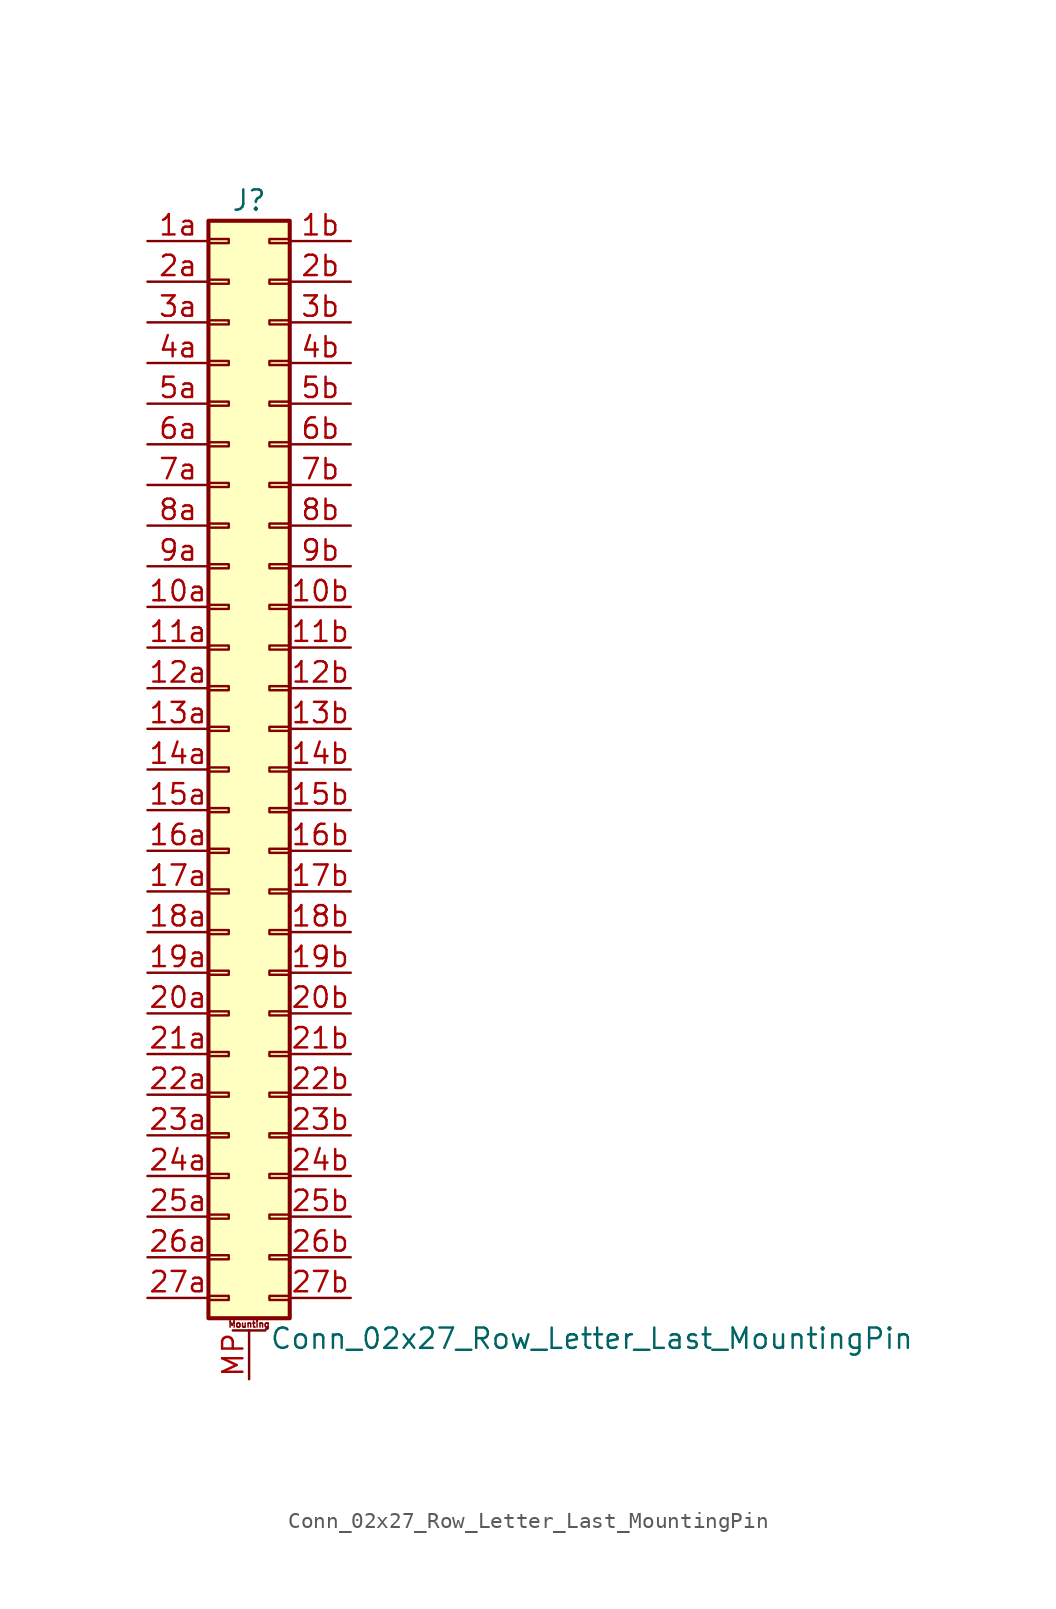
<source format=kicad_sym>
(kicad_symbol_lib
  (version 20220914)
  (generator kicad_symbol_editor)
  (symbol "Conn_02x27_Row_Letter_Last_MountingPin"
    (pin_names
      (offset 1.016) hide)
    (property "Reference" "J"
      (at 1.27 35.56 0)
      (effects (font (size 1.27 1.27))))
    (property "Value" "Conn_02x27_Row_Letter_Last_MountingPin"
      (at 2.54 -35.56 0)
      (effects (font (size 1.27 1.27)) (justify left)))
    (symbol "Conn_02x27_Row_Letter_Last_MountingPin_1_1"
      (rectangle (start -1.27 -32.893) (end 0 -33.147) (stroke (width 0.152) (type default)) (fill (type none)))
      (rectangle (start -1.27 -30.353) (end 0 -30.607) (stroke (width 0.152) (type default)) (fill (type none)))
      (rectangle (start -1.27 -27.813) (end 0 -28.067) (stroke (width 0.152) (type default)) (fill (type none)))
      (rectangle (start -1.27 -25.273) (end 0 -25.527) (stroke (width 0.152) (type default)) (fill (type none)))
      (rectangle (start -1.27 -22.733) (end 0 -22.987) (stroke (width 0.152) (type default)) (fill (type none)))
      (rectangle (start -1.27 -20.193) (end 0 -20.447) (stroke (width 0.152) (type default)) (fill (type none)))
      (rectangle (start -1.27 -17.653) (end 0 -17.907) (stroke (width 0.152) (type default)) (fill (type none)))
      (rectangle (start -1.27 -15.113) (end 0 -15.367) (stroke (width 0.152) (type default)) (fill (type none)))
      (rectangle (start -1.27 -12.573) (end 0 -12.827) (stroke (width 0.152) (type default)) (fill (type none)))
      (rectangle (start -1.27 -10.033) (end 0 -10.287) (stroke (width 0.152) (type default)) (fill (type none)))
      (rectangle (start -1.27 -7.493) (end 0 -7.747) (stroke (width 0.152) (type default)) (fill (type none)))
      (rectangle (start -1.27 -4.953) (end 0 -5.207) (stroke (width 0.152) (type default)) (fill (type none)))
      (rectangle (start -1.27 -2.413) (end 0 -2.667) (stroke (width 0.152) (type default)) (fill (type none)))
      (rectangle (start -1.27 0.127) (end 0 -0.127) (stroke (width 0.152) (type default)) (fill (type none)))
      (rectangle (start -1.27 2.667) (end 0 2.413) (stroke (width 0.152) (type default)) (fill (type none)))
      (rectangle (start -1.27 5.207) (end 0 4.953) (stroke (width 0.152) (type default)) (fill (type none)))
      (rectangle (start -1.27 7.747) (end 0 7.493) (stroke (width 0.152) (type default)) (fill (type none)))
      (rectangle (start -1.27 10.287) (end 0 10.033) (stroke (width 0.152) (type default)) (fill (type none)))
      (rectangle (start -1.27 12.827) (end 0 12.573) (stroke (width 0.152) (type default)) (fill (type none)))
      (rectangle (start -1.27 15.367) (end 0 15.113) (stroke (width 0.152) (type default)) (fill (type none)))
      (rectangle (start -1.27 17.907) (end 0 17.653) (stroke (width 0.152) (type default)) (fill (type none)))
      (rectangle (start -1.27 20.447) (end 0 20.193) (stroke (width 0.152) (type default)) (fill (type none)))
      (rectangle (start -1.27 22.987) (end 0 22.733) (stroke (width 0.152) (type default)) (fill (type none)))
      (rectangle (start -1.27 25.527) (end 0 25.273) (stroke (width 0.152) (type default)) (fill (type none)))
      (rectangle (start -1.27 28.067) (end 0 27.813) (stroke (width 0.152) (type default)) (fill (type none)))
      (rectangle (start -1.27 30.607) (end 0 30.353) (stroke (width 0.152) (type default)) (fill (type none)))
      (rectangle (start -1.27 33.147) (end 0 32.893) (stroke (width 0.152) (type default)) (fill (type none)))
      (rectangle (start -1.27 34.29) (end 3.81 -34.29) (stroke (width 0.254) (type default)) (fill (type background)))
      (polyline (pts (xy 0.254 -35.052) (xy 2.286 -35.052)) (stroke (width 0.152) (type default)) (fill (type none)))
      (rectangle (start 3.81 -32.893) (end 2.54 -33.147) (stroke (width 0.152) (type default)) (fill (type none)))
      (rectangle (start 3.81 -30.353) (end 2.54 -30.607) (stroke (width 0.152) (type default)) (fill (type none)))
      (rectangle (start 3.81 -27.813) (end 2.54 -28.067) (stroke (width 0.152) (type default)) (fill (type none)))
      (rectangle (start 3.81 -25.273) (end 2.54 -25.527) (stroke (width 0.152) (type default)) (fill (type none)))
      (rectangle (start 3.81 -22.733) (end 2.54 -22.987) (stroke (width 0.152) (type default)) (fill (type none)))
      (rectangle (start 3.81 -20.193) (end 2.54 -20.447) (stroke (width 0.152) (type default)) (fill (type none)))
      (rectangle (start 3.81 -17.653) (end 2.54 -17.907) (stroke (width 0.152) (type default)) (fill (type none)))
      (rectangle (start 3.81 -15.113) (end 2.54 -15.367) (stroke (width 0.152) (type default)) (fill (type none)))
      (rectangle (start 3.81 -12.573) (end 2.54 -12.827) (stroke (width 0.152) (type default)) (fill (type none)))
      (rectangle (start 3.81 -10.033) (end 2.54 -10.287) (stroke (width 0.152) (type default)) (fill (type none)))
      (rectangle (start 3.81 -7.493) (end 2.54 -7.747) (stroke (width 0.152) (type default)) (fill (type none)))
      (rectangle (start 3.81 -4.953) (end 2.54 -5.207) (stroke (width 0.152) (type default)) (fill (type none)))
      (rectangle (start 3.81 -2.413) (end 2.54 -2.667) (stroke (width 0.152) (type default)) (fill (type none)))
      (rectangle (start 3.81 0.127) (end 2.54 -0.127) (stroke (width 0.152) (type default)) (fill (type none)))
      (rectangle (start 3.81 2.667) (end 2.54 2.413) (stroke (width 0.152) (type default)) (fill (type none)))
      (rectangle (start 3.81 5.207) (end 2.54 4.953) (stroke (width 0.152) (type default)) (fill (type none)))
      (rectangle (start 3.81 7.747) (end 2.54 7.493) (stroke (width 0.152) (type default)) (fill (type none)))
      (rectangle (start 3.81 10.287) (end 2.54 10.033) (stroke (width 0.152) (type default)) (fill (type none)))
      (rectangle (start 3.81 12.827) (end 2.54 12.573) (stroke (width 0.152) (type default)) (fill (type none)))
      (rectangle (start 3.81 15.367) (end 2.54 15.113) (stroke (width 0.152) (type default)) (fill (type none)))
      (rectangle (start 3.81 17.907) (end 2.54 17.653) (stroke (width 0.152) (type default)) (fill (type none)))
      (rectangle (start 3.81 20.447) (end 2.54 20.193) (stroke (width 0.152) (type default)) (fill (type none)))
      (rectangle (start 3.81 22.987) (end 2.54 22.733) (stroke (width 0.152) (type default)) (fill (type none)))
      (rectangle (start 3.81 25.527) (end 2.54 25.273) (stroke (width 0.152) (type default)) (fill (type none)))
      (rectangle (start 3.81 28.067) (end 2.54 27.813) (stroke (width 0.152) (type default)) (fill (type none)))
      (rectangle (start 3.81 30.607) (end 2.54 30.353) (stroke (width 0.152) (type default)) (fill (type none)))
      (rectangle (start 3.81 33.147) (end 2.54 32.893) (stroke (width 0.152) (type default)) (fill (type none)))
      (text "Mounting" (at 1.27 -34.671 0) (effects (font (size 0.381 0.381))))
      (pin passive line (at -5.08 10.16 0) (length 3.81) (name "Pin_10a" (effects (font (size 1.27 1.27)))) (number "10a" (effects (font (size 1.27 1.27)))))
      (pin passive line (at 7.62 10.16 180) (length 3.81) (name "Pin_10b" (effects (font (size 1.27 1.27)))) (number "10b" (effects (font (size 1.27 1.27)))))
      (pin passive line (at -5.08 7.62 0) (length 3.81) (name "Pin_11a" (effects (font (size 1.27 1.27)))) (number "11a" (effects (font (size 1.27 1.27)))))
      (pin passive line (at 7.62 7.62 180) (length 3.81) (name "Pin_11b" (effects (font (size 1.27 1.27)))) (number "11b" (effects (font (size 1.27 1.27)))))
      (pin passive line (at -5.08 5.08 0) (length 3.81) (name "Pin_12a" (effects (font (size 1.27 1.27)))) (number "12a" (effects (font (size 1.27 1.27)))))
      (pin passive line (at 7.62 5.08 180) (length 3.81) (name "Pin_12b" (effects (font (size 1.27 1.27)))) (number "12b" (effects (font (size 1.27 1.27)))))
      (pin passive line (at -5.08 2.54 0) (length 3.81) (name "Pin_13a" (effects (font (size 1.27 1.27)))) (number "13a" (effects (font (size 1.27 1.27)))))
      (pin passive line (at 7.62 2.54 180) (length 3.81) (name "Pin_13b" (effects (font (size 1.27 1.27)))) (number "13b" (effects (font (size 1.27 1.27)))))
      (pin passive line (at -5.08 0 0) (length 3.81) (name "Pin_14a" (effects (font (size 1.27 1.27)))) (number "14a" (effects (font (size 1.27 1.27)))))
      (pin passive line (at 7.62 0 180) (length 3.81) (name "Pin_14b" (effects (font (size 1.27 1.27)))) (number "14b" (effects (font (size 1.27 1.27)))))
      (pin passive line (at -5.08 -2.54 0) (length 3.81) (name "Pin_15a" (effects (font (size 1.27 1.27)))) (number "15a" (effects (font (size 1.27 1.27)))))
      (pin passive line (at 7.62 -2.54 180) (length 3.81) (name "Pin_15b" (effects (font (size 1.27 1.27)))) (number "15b" (effects (font (size 1.27 1.27)))))
      (pin passive line (at -5.08 -5.08 0) (length 3.81) (name "Pin_16a" (effects (font (size 1.27 1.27)))) (number "16a" (effects (font (size 1.27 1.27)))))
      (pin passive line (at 7.62 -5.08 180) (length 3.81) (name "Pin_16b" (effects (font (size 1.27 1.27)))) (number "16b" (effects (font (size 1.27 1.27)))))
      (pin passive line (at -5.08 -7.62 0) (length 3.81) (name "Pin_17a" (effects (font (size 1.27 1.27)))) (number "17a" (effects (font (size 1.27 1.27)))))
      (pin passive line (at 7.62 -7.62 180) (length 3.81) (name "Pin_17b" (effects (font (size 1.27 1.27)))) (number "17b" (effects (font (size 1.27 1.27)))))
      (pin passive line (at -5.08 -10.16 0) (length 3.81) (name "Pin_18a" (effects (font (size 1.27 1.27)))) (number "18a" (effects (font (size 1.27 1.27)))))
      (pin passive line (at 7.62 -10.16 180) (length 3.81) (name "Pin_18b" (effects (font (size 1.27 1.27)))) (number "18b" (effects (font (size 1.27 1.27)))))
      (pin passive line (at -5.08 -12.7 0) (length 3.81) (name "Pin_19a" (effects (font (size 1.27 1.27)))) (number "19a" (effects (font (size 1.27 1.27)))))
      (pin passive line (at 7.62 -12.7 180) (length 3.81) (name "Pin_19b" (effects (font (size 1.27 1.27)))) (number "19b" (effects (font (size 1.27 1.27)))))
      (pin passive line (at -5.08 33.02 0) (length 3.81) (name "Pin_1a" (effects (font (size 1.27 1.27)))) (number "1a" (effects (font (size 1.27 1.27)))))
      (pin passive line (at 7.62 33.02 180) (length 3.81) (name "Pin_1b" (effects (font (size 1.27 1.27)))) (number "1b" (effects (font (size 1.27 1.27)))))
      (pin passive line (at -5.08 -15.24 0) (length 3.81) (name "Pin_20a" (effects (font (size 1.27 1.27)))) (number "20a" (effects (font (size 1.27 1.27)))))
      (pin passive line (at 7.62 -15.24 180) (length 3.81) (name "Pin_20b" (effects (font (size 1.27 1.27)))) (number "20b" (effects (font (size 1.27 1.27)))))
      (pin passive line (at -5.08 -17.78 0) (length 3.81) (name "Pin_21a" (effects (font (size 1.27 1.27)))) (number "21a" (effects (font (size 1.27 1.27)))))
      (pin passive line (at 7.62 -17.78 180) (length 3.81) (name "Pin_21b" (effects (font (size 1.27 1.27)))) (number "21b" (effects (font (size 1.27 1.27)))))
      (pin passive line (at -5.08 -20.32 0) (length 3.81) (name "Pin_22a" (effects (font (size 1.27 1.27)))) (number "22a" (effects (font (size 1.27 1.27)))))
      (pin passive line (at 7.62 -20.32 180) (length 3.81) (name "Pin_22b" (effects (font (size 1.27 1.27)))) (number "22b" (effects (font (size 1.27 1.27)))))
      (pin passive line (at -5.08 -22.86 0) (length 3.81) (name "Pin_23a" (effects (font (size 1.27 1.27)))) (number "23a" (effects (font (size 1.27 1.27)))))
      (pin passive line (at 7.62 -22.86 180) (length 3.81) (name "Pin_23b" (effects (font (size 1.27 1.27)))) (number "23b" (effects (font (size 1.27 1.27)))))
      (pin passive line (at -5.08 -25.4 0) (length 3.81) (name "Pin_24a" (effects (font (size 1.27 1.27)))) (number "24a" (effects (font (size 1.27 1.27)))))
      (pin passive line (at 7.62 -25.4 180) (length 3.81) (name "Pin_24b" (effects (font (size 1.27 1.27)))) (number "24b" (effects (font (size 1.27 1.27)))))
      (pin passive line (at -5.08 -27.94 0) (length 3.81) (name "Pin_25a" (effects (font (size 1.27 1.27)))) (number "25a" (effects (font (size 1.27 1.27)))))
      (pin passive line (at 7.62 -27.94 180) (length 3.81) (name "Pin_25b" (effects (font (size 1.27 1.27)))) (number "25b" (effects (font (size 1.27 1.27)))))
      (pin passive line (at -5.08 -30.48 0) (length 3.81) (name "Pin_26a" (effects (font (size 1.27 1.27)))) (number "26a" (effects (font (size 1.27 1.27)))))
      (pin passive line (at 7.62 -30.48 180) (length 3.81) (name "Pin_26b" (effects (font (size 1.27 1.27)))) (number "26b" (effects (font (size 1.27 1.27)))))
      (pin passive line (at -5.08 -33.02 0) (length 3.81) (name "Pin_27a" (effects (font (size 1.27 1.27)))) (number "27a" (effects (font (size 1.27 1.27)))))
      (pin passive line (at 7.62 -33.02 180) (length 3.81) (name "Pin_27b" (effects (font (size 1.27 1.27)))) (number "27b" (effects (font (size 1.27 1.27)))))
      (pin passive line (at -5.08 30.48 0) (length 3.81) (name "Pin_2a" (effects (font (size 1.27 1.27)))) (number "2a" (effects (font (size 1.27 1.27)))))
      (pin passive line (at 7.62 30.48 180) (length 3.81) (name "Pin_2b" (effects (font (size 1.27 1.27)))) (number "2b" (effects (font (size 1.27 1.27)))))
      (pin passive line (at -5.08 27.94 0) (length 3.81) (name "Pin_3a" (effects (font (size 1.27 1.27)))) (number "3a" (effects (font (size 1.27 1.27)))))
      (pin passive line (at 7.62 27.94 180) (length 3.81) (name "Pin_3b" (effects (font (size 1.27 1.27)))) (number "3b" (effects (font (size 1.27 1.27)))))
      (pin passive line (at -5.08 25.4 0) (length 3.81) (name "Pin_4a" (effects (font (size 1.27 1.27)))) (number "4a" (effects (font (size 1.27 1.27)))))
      (pin passive line (at 7.62 25.4 180) (length 3.81) (name "Pin_4b" (effects (font (size 1.27 1.27)))) (number "4b" (effects (font (size 1.27 1.27)))))
      (pin passive line (at -5.08 22.86 0) (length 3.81) (name "Pin_5a" (effects (font (size 1.27 1.27)))) (number "5a" (effects (font (size 1.27 1.27)))))
      (pin passive line (at 7.62 22.86 180) (length 3.81) (name "Pin_5b" (effects (font (size 1.27 1.27)))) (number "5b" (effects (font (size 1.27 1.27)))))
      (pin passive line (at -5.08 20.32 0) (length 3.81) (name "Pin_6a" (effects (font (size 1.27 1.27)))) (number "6a" (effects (font (size 1.27 1.27)))))
      (pin passive line (at 7.62 20.32 180) (length 3.81) (name "Pin_6b" (effects (font (size 1.27 1.27)))) (number "6b" (effects (font (size 1.27 1.27)))))
      (pin passive line (at -5.08 17.78 0) (length 3.81) (name "Pin_7a" (effects (font (size 1.27 1.27)))) (number "7a" (effects (font (size 1.27 1.27)))))
      (pin passive line (at 7.62 17.78 180) (length 3.81) (name "Pin_7b" (effects (font (size 1.27 1.27)))) (number "7b" (effects (font (size 1.27 1.27)))))
      (pin passive line (at -5.08 15.24 0) (length 3.81) (name "Pin_8a" (effects (font (size 1.27 1.27)))) (number "8a" (effects (font (size 1.27 1.27)))))
      (pin passive line (at 7.62 15.24 180) (length 3.81) (name "Pin_8b" (effects (font (size 1.27 1.27)))) (number "8b" (effects (font (size 1.27 1.27)))))
      (pin passive line (at -5.08 12.7 0) (length 3.81) (name "Pin_9a" (effects (font (size 1.27 1.27)))) (number "9a" (effects (font (size 1.27 1.27)))))
      (pin passive line (at 7.62 12.7 180) (length 3.81) (name "Pin_9b" (effects (font (size 1.27 1.27)))) (number "9b" (effects (font (size 1.27 1.27)))))
      (pin passive line (at 1.27 -38.1 90) (length 3.048) (name "MountPin" (effects (font (size 1.27 1.27)))) (number "MP" (effects (font (size 1.27 1.27))))))))
</source>
